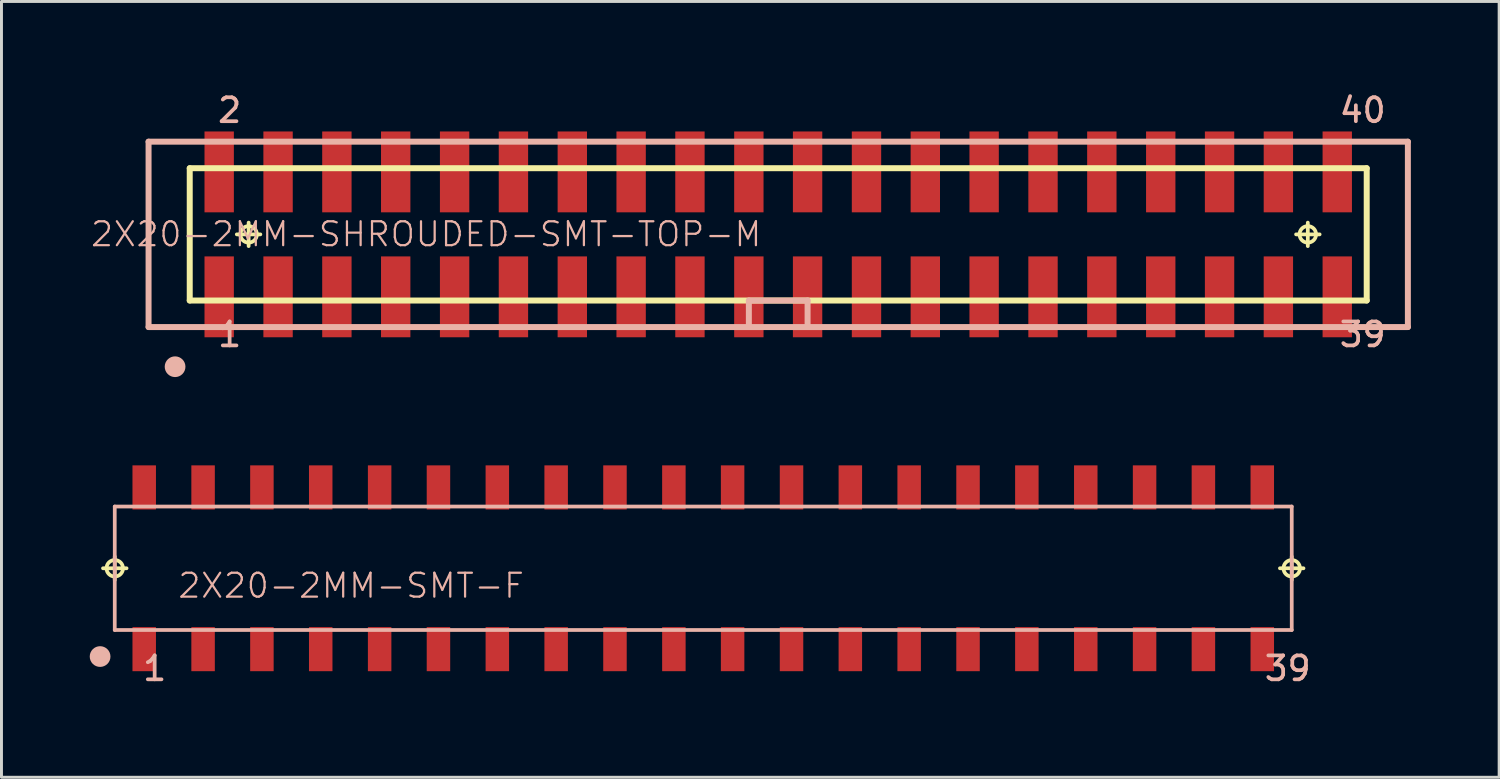
<source format=kicad_pcb>
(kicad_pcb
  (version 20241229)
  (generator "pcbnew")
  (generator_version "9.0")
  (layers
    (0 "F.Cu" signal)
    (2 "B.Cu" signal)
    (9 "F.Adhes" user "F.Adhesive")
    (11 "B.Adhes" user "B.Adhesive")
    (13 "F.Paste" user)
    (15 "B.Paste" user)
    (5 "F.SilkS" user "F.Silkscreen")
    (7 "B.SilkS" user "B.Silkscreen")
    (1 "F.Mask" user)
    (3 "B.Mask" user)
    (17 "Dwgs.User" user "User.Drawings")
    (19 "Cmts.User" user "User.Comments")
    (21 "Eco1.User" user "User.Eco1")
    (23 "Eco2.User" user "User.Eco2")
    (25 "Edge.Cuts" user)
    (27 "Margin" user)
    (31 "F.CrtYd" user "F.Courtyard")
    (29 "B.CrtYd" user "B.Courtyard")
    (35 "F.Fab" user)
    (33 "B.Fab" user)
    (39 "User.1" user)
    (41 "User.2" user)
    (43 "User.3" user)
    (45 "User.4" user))
  (footprint "2X20-2MM-SMT-F"
    (layer "F.Cu")
    (at 20.85 16.263)
    (property "Reference" "2X20-2MM-SMT-F" (at -11.966 0.592 0) (layer "B.SilkS") (effects (font (size 0.813 0.813) (thickness 0.076))))
    (attr smd)
    (fp_line (start -20.399 0) (end -19.599 0) (stroke (width 0.127) (type solid)) (layer "F.SilkS"))
    (fp_line (start -20 0.399) (end -20 -0.399) (stroke (width 0.127) (type solid)) (layer "F.SilkS"))
    (fp_line (start 19.599 0) (end 20.399 0) (stroke (width 0.127) (type solid)) (layer "F.SilkS"))
    (fp_line (start 20 0.399) (end 20 -0.399) (stroke (width 0.127) (type solid)) (layer "F.SilkS"))
    (fp_circle (center -20 0) (end -20.198 0.198) (stroke (width 0.127) (type solid)) (fill no) (layer "F.SilkS"))
    (fp_circle (center 20 0) (end 20.198 0.198) (stroke (width 0.127) (type solid)) (fill no) (layer "F.SilkS"))
    (fp_line (start -20 -2.098) (end 20 -2.098) (stroke (width 0.127) (type solid)) (layer "B.SilkS"))
    (fp_line (start -20 2.098) (end -20 -2.098) (stroke (width 0.127) (type solid)) (layer "B.SilkS"))
    (fp_line (start 20 -2.098) (end 20 2.098) (stroke (width 0.127) (type solid)) (layer "B.SilkS"))
    (fp_line (start 20 2.098) (end -20 2.098) (stroke (width 0.127) (type solid)) (layer "B.SilkS"))
    (fp_circle (center -20.498 3) (end -20.747 3.249) (stroke (width 0) (type solid)) (fill yes) (layer "B.SilkS"))
    (fp_text user "39" (at 19.863 3.404 0) (layer "B.SilkS") (effects (font (size 0.813 0.813) (thickness 0.127))))
    (fp_text user "1" (at -18.644 3.404 0) (layer "B.SilkS") (effects (font (size 0.813 0.813) (thickness 0.127))))
    (pad "1" smd rect (at -18.999 2.748 180) (size 0.798 1.499) (layers "F.Cu" "F.Mask" "F.Paste"))
    (pad "2" smd rect (at -18.999 -2.748 180) (size 0.798 1.499) (layers "F.Cu" "F.Mask" "F.Paste"))
    (pad "3" smd rect (at -16.998 2.748 180) (size 0.798 1.499) (layers "F.Cu" "F.Mask" "F.Paste"))
    (pad "4" smd rect (at -16.998 -2.748 180) (size 0.798 1.499) (layers "F.Cu" "F.Mask" "F.Paste"))
    (pad "5" smd rect (at -14.999 2.748 180) (size 0.798 1.499) (layers "F.Cu" "F.Mask" "F.Paste"))
    (pad "6" smd rect (at -14.999 -2.748 180) (size 0.798 1.499) (layers "F.Cu" "F.Mask" "F.Paste"))
    (pad "7" smd rect (at -13 2.748 180) (size 0.798 1.499) (layers "F.Cu" "F.Mask" "F.Paste"))
    (pad "8" smd rect (at -13 -2.748 180) (size 0.798 1.499) (layers "F.Cu" "F.Mask" "F.Paste"))
    (pad "9" smd rect (at -10.998 2.748 180) (size 0.798 1.499) (layers "F.Cu" "F.Mask" "F.Paste"))
    (pad "10" smd rect (at -10.998 -2.748 180) (size 0.798 1.499) (layers "F.Cu" "F.Mask" "F.Paste"))
    (pad "11" smd rect (at -8.999 2.748 180) (size 0.798 1.499) (layers "F.Cu" "F.Mask" "F.Paste"))
    (pad "12" smd rect (at -8.999 -2.748 180) (size 0.798 1.499) (layers "F.Cu" "F.Mask" "F.Paste"))
    (pad "13" smd rect (at -6.998 2.748 180) (size 0.798 1.499) (layers "F.Cu" "F.Mask" "F.Paste"))
    (pad "14" smd rect (at -6.998 -2.748 180) (size 0.798 1.499) (layers "F.Cu" "F.Mask" "F.Paste"))
    (pad "15" smd rect (at -4.999 2.748 180) (size 0.798 1.499) (layers "F.Cu" "F.Mask" "F.Paste"))
    (pad "16" smd rect (at -4.999 -2.748 180) (size 0.798 1.499) (layers "F.Cu" "F.Mask" "F.Paste"))
    (pad "17" smd rect (at -3 2.748 180) (size 0.798 1.499) (layers "F.Cu" "F.Mask" "F.Paste"))
    (pad "18" smd rect (at -3 -2.748 180) (size 0.798 1.499) (layers "F.Cu" "F.Mask" "F.Paste"))
    (pad "19" smd rect (at -0.998 2.748 180) (size 0.798 1.499) (layers "F.Cu" "F.Mask" "F.Paste"))
    (pad "20" smd rect (at -0.998 -2.748 180) (size 0.798 1.499) (layers "F.Cu" "F.Mask" "F.Paste"))
    (pad "21" smd rect (at 0.998 2.748 180) (size 0.798 1.499) (layers "F.Cu" "F.Mask" "F.Paste"))
    (pad "22" smd rect (at 0.998 -2.748 180) (size 0.798 1.499) (layers "F.Cu" "F.Mask" "F.Paste"))
    (pad "23" smd rect (at 3 2.748 180) (size 0.798 1.499) (layers "F.Cu" "F.Mask" "F.Paste"))
    (pad "24" smd rect (at 3 -2.748 180) (size 0.798 1.499) (layers "F.Cu" "F.Mask" "F.Paste"))
    (pad "25" smd rect (at 4.999 2.748 180) (size 0.798 1.499) (layers "F.Cu" "F.Mask" "F.Paste"))
    (pad "26" smd rect (at 4.999 -2.748 180) (size 0.798 1.499) (layers "F.Cu" "F.Mask" "F.Paste"))
    (pad "27" smd rect (at 6.998 2.748 180) (size 0.798 1.499) (layers "F.Cu" "F.Mask" "F.Paste"))
    (pad "28" smd rect (at 6.998 -2.748 180) (size 0.798 1.499) (layers "F.Cu" "F.Mask" "F.Paste"))
    (pad "29" smd rect (at 8.999 2.748 180) (size 0.798 1.499) (layers "F.Cu" "F.Mask" "F.Paste"))
    (pad "30" smd rect (at 8.999 -2.748 180) (size 0.798 1.499) (layers "F.Cu" "F.Mask" "F.Paste"))
    (pad "31" smd rect (at 10.998 2.748 180) (size 0.798 1.499) (layers "F.Cu" "F.Mask" "F.Paste"))
    (pad "32" smd rect (at 10.998 -2.748 180) (size 0.798 1.499) (layers "F.Cu" "F.Mask" "F.Paste"))
    (pad "33" smd rect (at 13 2.748 180) (size 0.798 1.499) (layers "F.Cu" "F.Mask" "F.Paste"))
    (pad "34" smd rect (at 13 -2.748 180) (size 0.798 1.499) (layers "F.Cu" "F.Mask" "F.Paste"))
    (pad "35" smd rect (at 14.999 2.748 180) (size 0.798 1.499) (layers "F.Cu" "F.Mask" "F.Paste"))
    (pad "36" smd rect (at 14.999 -2.748 180) (size 0.798 1.499) (layers "F.Cu" "F.Mask" "F.Paste"))
    (pad "37" smd rect (at 16.998 2.748 180) (size 0.798 1.499) (layers "F.Cu" "F.Mask" "F.Paste"))
    (pad "38" smd rect (at 16.998 -2.748 180) (size 0.798 1.499) (layers "F.Cu" "F.Mask" "F.Paste"))
    (pad "39" smd rect (at 18.999 2.748 180) (size 0.798 1.499) (layers "F.Cu" "F.Mask" "F.Paste"))
    (pad "40" smd rect (at 18.999 -2.748 180) (size 0.798 1.499) (layers "F.Cu" "F.Mask" "F.Paste")))
  (footprint "2X20-2MM-SHROUDED-SMT-TOP-M"
    (layer "F.Cu")
    (at 23.398 4.915)
    (property "Reference" "2X20-2MM-SHROUDED-SMT-TOP-M" (at -11.966 -0.005 0) (layer "B.SilkS") (effects (font (size 0.813 0.813) (thickness 0.076))))
    (attr smd)
    (fp_line (start -20 -2.248) (end -20 2.248) (stroke (width 0.203) (type solid)) (layer "F.SilkS"))
    (fp_line (start -20 2.248) (end 20 2.248) (stroke (width 0.203) (type solid)) (layer "F.SilkS"))
    (fp_line (start -18.4 0) (end -17.6 0) (stroke (width 0.127) (type solid)) (layer "F.SilkS"))
    (fp_line (start -17.998 0.399) (end -17.998 -0.399) (stroke (width 0.127) (type solid)) (layer "F.SilkS"))
    (fp_line (start 17.6 0) (end 18.4 0) (stroke (width 0.127) (type solid)) (layer "F.SilkS"))
    (fp_line (start 17.998 0.399) (end 17.998 -0.399) (stroke (width 0.127) (type solid)) (layer "F.SilkS"))
    (fp_line (start 20 -2.248) (end -20 -2.248) (stroke (width 0.203) (type solid)) (layer "F.SilkS"))
    (fp_line (start 20 2.248) (end 20 -2.248) (stroke (width 0.203) (type solid)) (layer "F.SilkS"))
    (fp_circle (center -17.998 0) (end -18.197 0.198) (stroke (width 0.127) (type solid)) (fill no) (layer "F.SilkS"))
    (fp_circle (center 17.998 0) (end 18.197 0.198) (stroke (width 0.127) (type solid)) (fill no) (layer "F.SilkS"))
    (fp_line (start -21.399 -3.15) (end 21.399 -3.15) (stroke (width 0.203) (type solid)) (layer "B.SilkS"))
    (fp_line (start -21.399 3.15) (end -21.399 -3.15) (stroke (width 0.203) (type solid)) (layer "B.SilkS"))
    (fp_line (start -0.998 2.248) (end 0.998 2.248) (stroke (width 0.203) (type solid)) (layer "B.SilkS"))
    (fp_line (start -0.998 3.15) (end -21.399 3.15) (stroke (width 0.203) (type solid)) (layer "B.SilkS"))
    (fp_line (start -0.998 3.15) (end -0.998 2.248) (stroke (width 0.203) (type solid)) (layer "B.SilkS"))
    (fp_line (start 0.998 2.248) (end 0.998 3.15) (stroke (width 0.203) (type solid)) (layer "B.SilkS"))
    (fp_line (start 0.998 3.15) (end -0.998 3.15) (stroke (width 0.203) (type solid)) (layer "B.SilkS"))
    (fp_line (start 21.399 -3.15) (end 21.399 3.15) (stroke (width 0.203) (type solid)) (layer "B.SilkS"))
    (fp_line (start 21.399 3.15) (end 0.998 3.15) (stroke (width 0.203) (type solid)) (layer "B.SilkS"))
    (fp_circle (center -20.498 4.498) (end -20.747 4.747) (stroke (width 0) (type solid)) (fill yes) (layer "B.SilkS"))
    (fp_text user "40" (at 19.863 -4.216 0) (layer "B.SilkS") (effects (font (size 0.813 0.813) (thickness 0.127))))
    (fp_text user "2" (at -18.644 -4.216 0) (layer "B.SilkS") (effects (font (size 0.813 0.813) (thickness 0.127))))
    (fp_text user "1" (at -18.644 3.404 0) (layer "B.SilkS") (effects (font (size 0.813 0.813) (thickness 0.127))))
    (fp_text user "39" (at 19.863 3.404 0) (layer "B.SilkS") (effects (font (size 0.813 0.813) (thickness 0.127))))
    (pad "1" smd rect (at -18.999 2.123) (size 0.998 2.748) (layers "F.Cu" "F.Mask" "F.Paste"))
    (pad "2" smd rect (at -18.999 -2.123) (size 0.998 2.748) (layers "F.Cu" "F.Mask" "F.Paste"))
    (pad "3" smd rect (at -16.998 2.123) (size 0.998 2.748) (layers "F.Cu" "F.Mask" "F.Paste"))
    (pad "4" smd rect (at -16.998 -2.123) (size 0.998 2.748) (layers "F.Cu" "F.Mask" "F.Paste"))
    (pad "5" smd rect (at -14.999 2.123) (size 0.998 2.748) (layers "F.Cu" "F.Mask" "F.Paste"))
    (pad "6" smd rect (at -14.999 -2.123) (size 0.998 2.748) (layers "F.Cu" "F.Mask" "F.Paste"))
    (pad "7" smd rect (at -13 2.123) (size 0.998 2.748) (layers "F.Cu" "F.Mask" "F.Paste"))
    (pad "8" smd rect (at -13 -2.123) (size 0.998 2.748) (layers "F.Cu" "F.Mask" "F.Paste"))
    (pad "9" smd rect (at -10.998 2.123) (size 0.998 2.748) (layers "F.Cu" "F.Mask" "F.Paste"))
    (pad "10" smd rect (at -10.998 -2.123) (size 0.998 2.748) (layers "F.Cu" "F.Mask" "F.Paste"))
    (pad "11" smd rect (at -8.999 2.123) (size 0.998 2.748) (layers "F.Cu" "F.Mask" "F.Paste"))
    (pad "12" smd rect (at -8.999 -2.123) (size 0.998 2.748) (layers "F.Cu" "F.Mask" "F.Paste"))
    (pad "13" smd rect (at -6.998 2.123) (size 0.998 2.748) (layers "F.Cu" "F.Mask" "F.Paste"))
    (pad "14" smd rect (at -6.998 -2.123) (size 0.998 2.748) (layers "F.Cu" "F.Mask" "F.Paste"))
    (pad "15" smd rect (at -4.999 2.123) (size 0.998 2.748) (layers "F.Cu" "F.Mask" "F.Paste"))
    (pad "16" smd rect (at -4.999 -2.123) (size 0.998 2.748) (layers "F.Cu" "F.Mask" "F.Paste"))
    (pad "17" smd rect (at -3 2.123) (size 0.998 2.748) (layers "F.Cu" "F.Mask" "F.Paste"))
    (pad "18" smd rect (at -3 -2.123) (size 0.998 2.748) (layers "F.Cu" "F.Mask" "F.Paste"))
    (pad "19" smd rect (at -0.998 2.123) (size 0.998 2.748) (layers "F.Cu" "F.Mask" "F.Paste"))
    (pad "20" smd rect (at -0.998 -2.123) (size 0.998 2.748) (layers "F.Cu" "F.Mask" "F.Paste"))
    (pad "21" smd rect (at 0.998 2.123) (size 0.998 2.748) (layers "F.Cu" "F.Mask" "F.Paste"))
    (pad "22" smd rect (at 0.998 -2.123) (size 0.998 2.748) (layers "F.Cu" "F.Mask" "F.Paste"))
    (pad "23" smd rect (at 3 2.123) (size 0.998 2.748) (layers "F.Cu" "F.Mask" "F.Paste"))
    (pad "24" smd rect (at 3 -2.123) (size 0.998 2.748) (layers "F.Cu" "F.Mask" "F.Paste"))
    (pad "25" smd rect (at 4.999 2.123) (size 0.998 2.748) (layers "F.Cu" "F.Mask" "F.Paste"))
    (pad "26" smd rect (at 4.999 -2.123) (size 0.998 2.748) (layers "F.Cu" "F.Mask" "F.Paste"))
    (pad "27" smd rect (at 6.998 2.123) (size 0.998 2.748) (layers "F.Cu" "F.Mask" "F.Paste"))
    (pad "28" smd rect (at 6.998 -2.123) (size 0.998 2.748) (layers "F.Cu" "F.Mask" "F.Paste"))
    (pad "29" smd rect (at 8.999 2.123) (size 0.998 2.748) (layers "F.Cu" "F.Mask" "F.Paste"))
    (pad "30" smd rect (at 8.999 -2.123) (size 0.998 2.748) (layers "F.Cu" "F.Mask" "F.Paste"))
    (pad "31" smd rect (at 10.998 2.123) (size 0.998 2.748) (layers "F.Cu" "F.Mask" "F.Paste"))
    (pad "32" smd rect (at 10.998 -2.123) (size 0.998 2.748) (layers "F.Cu" "F.Mask" "F.Paste"))
    (pad "33" smd rect (at 13 2.123) (size 0.998 2.748) (layers "F.Cu" "F.Mask" "F.Paste"))
    (pad "34" smd rect (at 13 -2.123) (size 0.998 2.748) (layers "F.Cu" "F.Mask" "F.Paste"))
    (pad "35" smd rect (at 14.999 2.123) (size 0.998 2.748) (layers "F.Cu" "F.Mask" "F.Paste"))
    (pad "36" smd rect (at 14.999 -2.123) (size 0.998 2.748) (layers "F.Cu" "F.Mask" "F.Paste"))
    (pad "37" smd rect (at 16.998 2.123) (size 0.998 2.748) (layers "F.Cu" "F.Mask" "F.Paste"))
    (pad "38" smd rect (at 16.998 -2.123) (size 0.998 2.748) (layers "F.Cu" "F.Mask" "F.Paste"))
    (pad "39" smd rect (at 18.999 2.123) (size 0.998 2.748) (layers "F.Cu" "F.Mask" "F.Paste"))
    (pad "40" smd rect (at 18.999 -2.123) (size 0.998 2.748) (layers "F.Cu" "F.Mask" "F.Paste")))
  (gr_rect
    (start -3 -3)
    (end 47.899 23.365)
    (stroke (width 0.1) (type default))
    (fill no)
    (layer "Edge.Cuts")))
</source>
